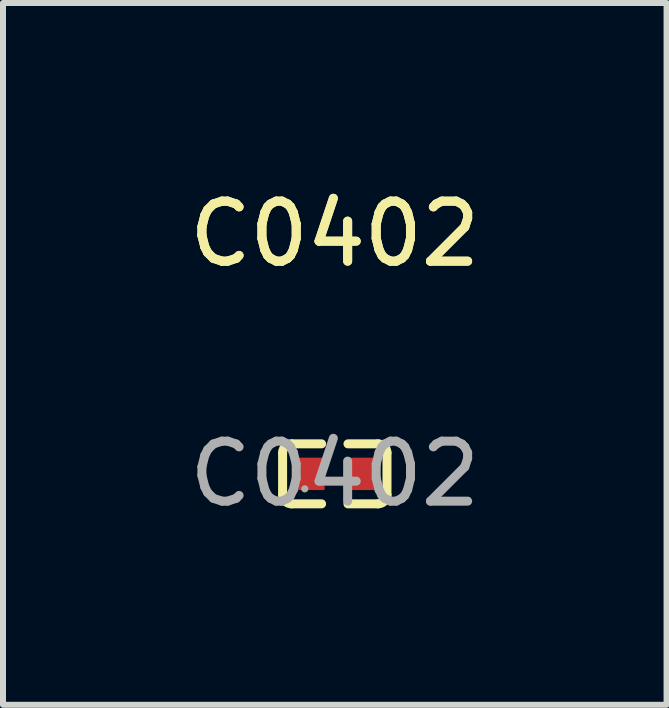
<source format=kicad_pcb>
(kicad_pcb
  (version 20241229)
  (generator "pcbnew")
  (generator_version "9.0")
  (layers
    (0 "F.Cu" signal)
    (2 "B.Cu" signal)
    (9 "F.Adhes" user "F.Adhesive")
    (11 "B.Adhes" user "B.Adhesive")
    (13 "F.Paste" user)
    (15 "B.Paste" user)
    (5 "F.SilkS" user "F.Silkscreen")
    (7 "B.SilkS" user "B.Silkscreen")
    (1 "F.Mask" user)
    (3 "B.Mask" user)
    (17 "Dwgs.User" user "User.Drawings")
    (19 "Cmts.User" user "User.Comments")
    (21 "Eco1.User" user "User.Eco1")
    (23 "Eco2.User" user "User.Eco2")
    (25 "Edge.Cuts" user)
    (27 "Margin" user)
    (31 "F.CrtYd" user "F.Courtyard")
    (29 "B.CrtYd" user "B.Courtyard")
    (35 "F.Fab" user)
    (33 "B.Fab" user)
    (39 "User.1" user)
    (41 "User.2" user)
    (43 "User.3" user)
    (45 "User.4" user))
  (footprint "C0402"
    (layer "F.Cu")
    (at 2.53 4.848)
    (property "Reference" "C0402" (at 0 -4 0) (layer "F.SilkS") (effects (font (size 1 1) (thickness 0.15))))
    (attr smd)
    (fp_line (start -0.87 0.35) (end -0.87 -0.35) (stroke (width 0.15) (type solid)) (layer "F.SilkS"))
    (fp_line (start -0.72 -0.5) (end -0.22 -0.5) (stroke (width 0.15) (type solid)) (layer "F.SilkS"))
    (fp_line (start -0.22 0.5) (end -0.72 0.5) (stroke (width 0.15) (type solid)) (layer "F.SilkS"))
    (fp_line (start 0.22 -0.5) (end 0.72 -0.5) (stroke (width 0.15) (type solid)) (layer "F.SilkS"))
    (fp_line (start 0.72 0.5) (end 0.22 0.5) (stroke (width 0.15) (type solid)) (layer "F.SilkS"))
    (fp_line (start 0.87 -0.35) (end 0.87 0.35) (stroke (width 0.15) (type solid)) (layer "F.SilkS"))
    (fp_arc (start -0.87 -0.35) (mid -0.826066 -0.456066) (end -0.72 -0.5) (stroke (width 0.15) (type solid)) (layer "F.SilkS"))
    (fp_arc (start -0.72 0.5) (mid -0.826066 0.456066) (end -0.87 0.35) (stroke (width 0.15) (type solid)) (layer "F.SilkS"))
    (fp_arc (start 0.72 -0.5) (mid 0.826066 -0.456066) (end 0.87 -0.35) (stroke (width 0.15) (type solid)) (layer "F.SilkS"))
    (fp_arc (start 0.87 0.35) (mid 0.826066 0.456066) (end 0.72 0.5) (stroke (width 0.15) (type solid)) (layer "F.SilkS"))
    (fp_circle (center -0.5 0.25) (end -0.47 0.25) (stroke (width 0.06) (type solid)) (fill no) (layer "F.Fab"))
    (fp_text user "${REFERENCE}" (at 0 -4 0) (layer "F.SilkS") (effects (font (size 1 1) (thickness 0.15))))
    (fp_text user "${REFERENCE}" (at 0 0 0) (layer "F.Fab") (effects (font (size 1 1) (thickness 0.15))))
    (pad "1" smd rect (at -0.42 0) (size 0.5 0.54) (layers "F.Cu" "F.Mask" "F.Paste"))
    (pad "2" smd rect (at 0.42 0) (size 0.5 0.54) (layers "F.Cu" "F.Mask" "F.Paste")))
  (gr_rect
    (start -3 -3)
    (end 8.06 8.697)
    (stroke (width 0.1) (type default))
    (fill no)
    (layer "Edge.Cuts")))
</source>
